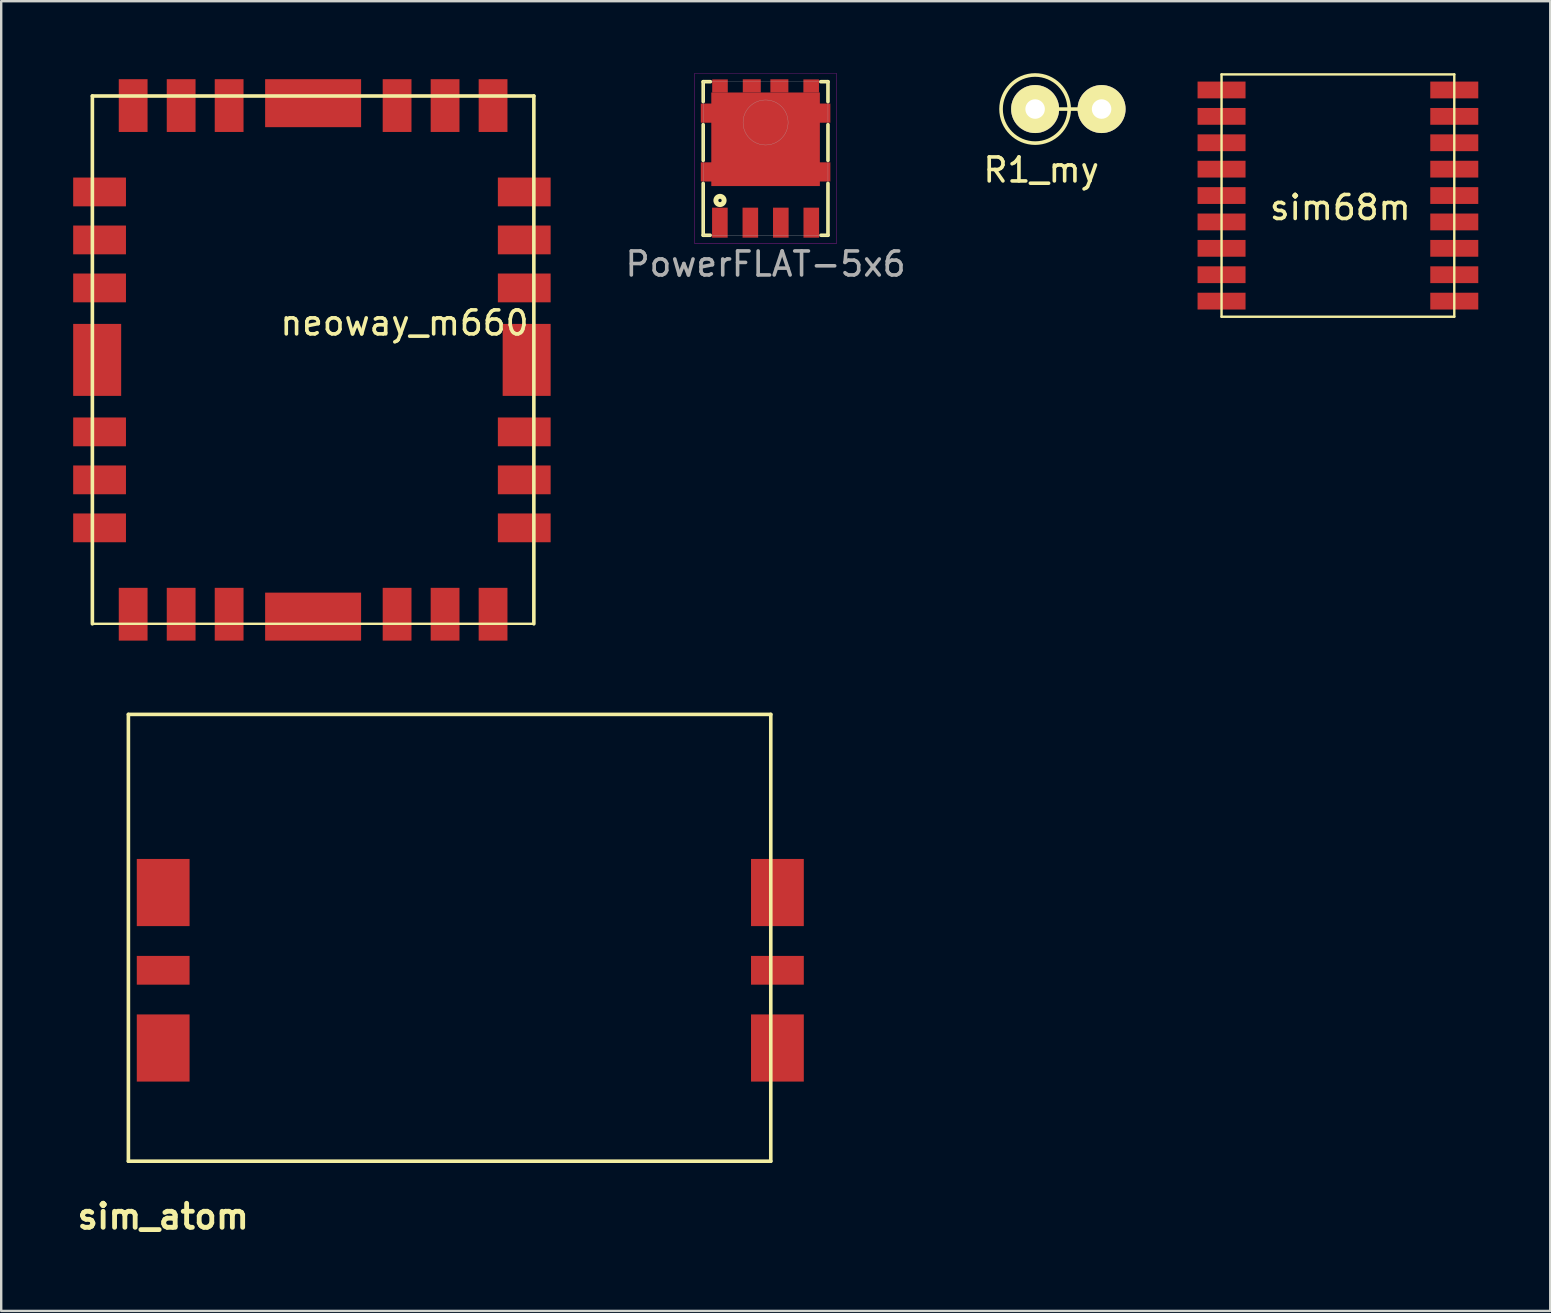
<source format=kicad_pcb>
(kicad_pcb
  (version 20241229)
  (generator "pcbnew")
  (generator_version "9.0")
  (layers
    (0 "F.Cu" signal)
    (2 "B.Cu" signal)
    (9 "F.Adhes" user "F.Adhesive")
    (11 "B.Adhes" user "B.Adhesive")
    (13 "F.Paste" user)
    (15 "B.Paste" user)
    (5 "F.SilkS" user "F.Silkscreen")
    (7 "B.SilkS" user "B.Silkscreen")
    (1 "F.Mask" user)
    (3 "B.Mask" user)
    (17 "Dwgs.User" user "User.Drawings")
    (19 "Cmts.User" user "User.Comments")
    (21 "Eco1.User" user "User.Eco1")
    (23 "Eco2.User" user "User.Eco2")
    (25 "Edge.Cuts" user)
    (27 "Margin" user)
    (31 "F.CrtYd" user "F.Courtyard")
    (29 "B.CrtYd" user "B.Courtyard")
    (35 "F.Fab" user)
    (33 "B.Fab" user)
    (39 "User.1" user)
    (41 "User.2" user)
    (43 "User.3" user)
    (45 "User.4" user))
  (footprint "PowerFLAT-5x6"
    (layer "F.Cu")
    (at 28.858 3.555)
    (property "Reference" "PowerFLAT-5x6" (at 0 4.4 0) (layer "F.Fab") (effects (font (size 1 1) (thickness 0.15))))
    (attr through_hole)
    (fp_line (start -2.6 -3.2) (end -2.6 -2.37) (stroke (width 0.15) (type solid)) (layer "F.SilkS"))
    (fp_line (start -2.6 -1.41) (end -2.6 0.08) (stroke (width 0.15) (type solid)) (layer "F.SilkS"))
    (fp_line (start -2.6 1.04) (end -2.6 3.2) (stroke (width 0.15) (type solid)) (layer "F.SilkS"))
    (fp_line (start -2.6 3.2) (end -2.31 3.2) (stroke (width 0.15) (type solid)) (layer "F.SilkS"))
    (fp_line (start -2.3 -3.2) (end -2.6 -3.2) (stroke (width 0.15) (type solid)) (layer "F.SilkS"))
    (fp_line (start 2.6 -3.2) (end 2.3 -3.2) (stroke (width 0.15) (type solid)) (layer "F.SilkS"))
    (fp_line (start 2.6 -2.37) (end 2.6 -3.2) (stroke (width 0.15) (type solid)) (layer "F.SilkS"))
    (fp_line (start 2.6 0.08) (end 2.6 -1.41) (stroke (width 0.15) (type solid)) (layer "F.SilkS"))
    (fp_line (start 2.6 1.04) (end 2.6 3.2) (stroke (width 0.15) (type solid)) (layer "F.SilkS"))
    (fp_line (start 2.6 3.2) (end 2.31 3.2) (stroke (width 0.15) (type solid)) (layer "F.SilkS"))
    (fp_circle (center -1.9 1.75) (end -1.85 1.8) (stroke (width 0.15) (type solid)) (fill no) (layer "F.SilkS"))
    (fp_circle (center -1.9 1.75) (end -1.7 1.75) (stroke (width 0.15) (type solid)) (fill no) (layer "F.SilkS"))
    (fp_line (start -2.95 -3.55) (end 1.9 -3.55) (stroke (width 0.01) (type solid)) (layer "F.CrtYd"))
    (fp_line (start -2.95 3.55) (end -2.95 -3.55) (stroke (width 0.01) (type solid)) (layer "F.CrtYd"))
    (fp_line (start 1.9 -3.55) (end 2.95 -3.55) (stroke (width 0.01) (type solid)) (layer "F.CrtYd"))
    (fp_line (start 2.95 -3.55) (end 2.95 3.55) (stroke (width 0.01) (type solid)) (layer "F.CrtYd"))
    (fp_line (start 2.95 3.55) (end -2.95 3.55) (stroke (width 0.01) (type solid)) (layer "F.CrtYd"))
    (fp_line (start -2.6 -3.2) (end 2.6 -3.2) (stroke (width 0.01) (type solid)) (layer "F.Fab"))
    (fp_line (start -2.6 3.2) (end -2.6 -3.2) (stroke (width 0.01) (type solid)) (layer "F.Fab"))
    (fp_line (start 2.6 -3.2) (end 2.6 3.2) (stroke (width 0.01) (type solid)) (layer "F.Fab"))
    (fp_line (start 2.6 3.2) (end -2.6 3.2) (stroke (width 0.01) (type solid)) (layer "F.Fab"))
    (fp_circle (center 0 -1.5) (end 0.7 -2.125) (stroke (width 0.01) (type solid)) (fill no) (layer "F.Fab"))
    (pad "1" smd rect (at 1.905 2.675) (size 0.65 1.25) (layers "F.Cu" "F.Mask" "F.Paste"))
    (pad "2" smd rect (at -2.462 -1.89) (size 0.475 0.8) (layers "F.Cu" "F.Mask" "F.Paste"))
    (pad "2" smd rect (at -2.462 0.56) (size 0.475 0.8) (layers "F.Cu" "F.Mask" "F.Paste"))
    (pad "2" smd rect (at -1.9 -3.02) (size 0.65 0.55) (layers "F.Cu" "F.Mask" "F.Paste"))
    (pad "2" smd rect (at -0.575 -3.025) (size 0.75 0.55) (layers "F.Cu" "F.Mask" "F.Paste"))
    (pad "2" smd rect (at 0 -0.8) (size 4.525 3.9) (layers "F.Cu" "F.Mask" "F.Paste"))
    (pad "2" smd rect (at 0.575 -3.025) (size 0.75 0.55) (layers "F.Cu" "F.Mask" "F.Paste"))
    (pad "2" smd rect (at 1.9 -3.02) (size 0.65 0.55) (layers "F.Cu" "F.Mask" "F.Paste"))
    (pad "2" smd rect (at 2.462 -1.89) (size 0.475 0.8) (layers "F.Cu" "F.Mask" "F.Paste"))
    (pad "2" smd rect (at 2.462 0.56) (size 0.475 0.8) (layers "F.Cu" "F.Mask" "F.Paste"))
    (pad "3" smd rect (at -1.905 2.675) (size 0.65 1.25) (layers "F.Cu" "F.Mask" "F.Paste"))
    (pad "3" smd rect (at -0.635 2.675) (size 0.65 1.25) (layers "F.Cu" "F.Mask" "F.Paste"))
    (pad "3" smd rect (at 0.635 2.675) (size 0.65 1.25) (layers "F.Cu" "F.Mask" "F.Paste")))
  (footprint "sim68m"
    (layer "F.Cu")
    (at 52.712 0.7)
    (property "Reference" "sim68m" (at 0.1 4.9 0) (layer "F.SilkS") (effects (font (size 1 1) (thickness 0.15))))
    (attr through_hole)
    (fp_line (start -4.85 -0.65) (end -4.85 9.45) (stroke (width 0.1) (type solid)) (layer "F.SilkS"))
    (fp_line (start -4.85 9.45) (end 4.85 9.45) (stroke (width 0.1) (type solid)) (layer "F.SilkS"))
    (fp_line (start 4.85 -0.65) (end -4.85 -0.65) (stroke (width 0.1) (type solid)) (layer "F.SilkS"))
    (fp_line (start 4.85 9.45) (end 4.85 -0.65) (stroke (width 0.1) (type solid)) (layer "F.SilkS"))
    (pad "1" smd rect (at -4.85 0) (size 2 0.7) (layers "F.Cu" "F.Mask" "F.Paste"))
    (pad "2" smd rect (at -4.85 1.1) (size 2 0.7) (layers "F.Cu" "F.Mask" "F.Paste"))
    (pad "3" smd rect (at -4.85 2.2) (size 2 0.7) (layers "F.Cu" "F.Mask" "F.Paste"))
    (pad "4" smd rect (at -4.85 3.3) (size 2 0.7) (layers "F.Cu" "F.Mask" "F.Paste"))
    (pad "5" smd rect (at -4.85 4.4) (size 2 0.7) (layers "F.Cu" "F.Mask" "F.Paste"))
    (pad "6" smd rect (at -4.85 5.5) (size 2 0.7) (layers "F.Cu" "F.Mask" "F.Paste"))
    (pad "7" smd rect (at -4.85 6.6) (size 2 0.7) (layers "F.Cu" "F.Mask" "F.Paste"))
    (pad "8" smd rect (at -4.85 7.7) (size 2 0.7) (layers "F.Cu" "F.Mask" "F.Paste"))
    (pad "9" smd rect (at -4.85 8.8) (size 2 0.7) (layers "F.Cu" "F.Mask" "F.Paste"))
    (pad "10" smd rect (at 4.85 8.8) (size 2 0.7) (layers "F.Cu" "F.Mask" "F.Paste"))
    (pad "11" smd rect (at 4.85 7.7) (size 2 0.7) (layers "F.Cu" "F.Mask" "F.Paste"))
    (pad "12" smd rect (at 4.85 6.6) (size 2 0.7) (layers "F.Cu" "F.Mask" "F.Paste"))
    (pad "13" smd rect (at 4.85 5.5) (size 2 0.7) (layers "F.Cu" "F.Mask" "F.Paste"))
    (pad "14" smd rect (at 4.85 4.4) (size 2 0.7) (layers "F.Cu" "F.Mask" "F.Paste"))
    (pad "15" smd rect (at 4.85 3.3) (size 2 0.7) (layers "F.Cu" "F.Mask" "F.Paste"))
    (pad "16" smd rect (at 4.85 2.2) (size 2 0.7) (layers "F.Cu" "F.Mask" "F.Paste"))
    (pad "17" smd rect (at 4.85 1.1) (size 2 0.7) (layers "F.Cu" "F.Mask" "F.Paste"))
    (pad "18" smd rect (at 4.85 0) (size 2 0.7) (layers "F.Cu" "F.Mask" "F.Paste")))
  (footprint "sim_atom"
    (layer "F.Cu")
    (at 3.751 34.149)
    (property "Reference" "sim_atom" (at 0 13.5 0) (layer "F.SilkS") (effects (font (size 1.001 1.001) (thickness 0.201))))
    (attr through_hole)
    (fp_line (start -1.45 -7.424) (end 25.324 -7.424) (stroke (width 0.15) (type solid)) (layer "F.SilkS"))
    (fp_line (start -1.45 11.199) (end -1.45 -7.424) (stroke (width 0.15) (type solid)) (layer "F.SilkS"))
    (fp_line (start -1.45 11.199) (end 25.324 11.199) (stroke (width 0.15) (type solid)) (layer "F.SilkS"))
    (fp_line (start 25.324 -7.424) (end 25.324 11.199) (stroke (width 0.15) (type solid)) (layer "F.SilkS"))
    (pad "1" smd rect (at 0 6.48) (size 2.2 2.799) (layers "F.Cu" "F.Mask" "F.Paste"))
    (pad "2" smd rect (at 0 3.241) (size 2.2 1.199) (layers "F.Cu" "F.Mask" "F.Paste"))
    (pad "3" smd rect (at 0 0) (size 2.2 2.799) (layers "F.Cu" "F.Mask" "F.Paste"))
    (pad "5" smd rect (at 25.6 6.48) (size 2.2 2.799) (layers "F.Cu" "F.Mask" "F.Paste"))
    (pad "6" smd rect (at 25.6 3.241) (size 2.2 1.199) (layers "F.Cu" "F.Mask" "F.Paste"))
    (pad "7" smd rect (at 25.6 0) (size 2.2 2.799) (layers "F.Cu" "F.Mask" "F.Paste")))
  (footprint "neoway_m660"
    (layer "F.Cu")
    (at 10 0.25)
    (property "Reference" "neoway_m660" (at 3.81 10.16 0) (layer "F.SilkS") (effects (font (size 1 1) (thickness 0.15))))
    (attr through_hole)
    (fp_line (start -9.2 0.7) (end -9.2 22.7) (stroke (width 0.15) (type solid)) (layer "F.SilkS"))
    (fp_line (start -9.2 0.7) (end 9.2 0.7) (stroke (width 0.15) (type solid)) (layer "F.SilkS"))
    (fp_line (start -9.2 22.7) (end 9.2 22.7) (stroke (width 0.1) (type solid)) (layer "F.SilkS"))
    (fp_line (start 9.2 0.7) (end 9.2 22.7) (stroke (width 0.15) (type solid)) (layer "F.SilkS"))
    (pad "1" smd rect (at -8.9 4.7) (size 2.2 1.2) (layers "F.Cu" "F.Mask" "F.Paste"))
    (pad "2" smd rect (at -8.9 6.7) (size 2.2 1.2) (layers "F.Cu" "F.Mask" "F.Paste"))
    (pad "3" smd rect (at -8.9 8.7) (size 2.2 1.2) (layers "F.Cu" "F.Mask" "F.Paste"))
    (pad "4" smd rect (at -9 11.7) (size 2 3) (layers "F.Cu" "F.Mask" "F.Paste"))
    (pad "5" smd rect (at -8.9 14.7) (size 2.2 1.2) (layers "F.Cu" "F.Mask" "F.Paste"))
    (pad "6" smd rect (at -8.9 16.7) (size 2.2 1.2) (layers "F.Cu" "F.Mask" "F.Paste"))
    (pad "7" smd rect (at -8.9 18.7) (size 2.2 1.2) (layers "F.Cu" "F.Mask" "F.Paste"))
    (pad "8" smd rect (at -7.5 22.3) (size 1.2 2.2) (layers "F.Cu" "F.Mask" "F.Paste"))
    (pad "9" smd rect (at -5.5 22.3) (size 1.2 2.2) (layers "F.Cu" "F.Mask" "F.Paste"))
    (pad "10" smd rect (at -3.5 22.3) (size 1.2 2.2) (layers "F.Cu" "F.Mask" "F.Paste"))
    (pad "11" smd rect (at 0 22.4) (size 4 2) (layers "F.Cu" "F.Mask" "F.Paste"))
    (pad "12" smd rect (at 3.5 22.3) (size 1.2 2.2) (layers "F.Cu" "F.Mask" "F.Paste"))
    (pad "13" smd rect (at 5.5 22.3) (size 1.2 2.2) (layers "F.Cu" "F.Mask" "F.Paste"))
    (pad "14" smd rect (at 7.5 22.3) (size 1.2 2.2) (layers "F.Cu" "F.Mask" "F.Paste"))
    (pad "15" smd rect (at 8.8 18.7) (size 2.2 1.2) (layers "F.Cu" "F.Mask" "F.Paste"))
    (pad "16" smd rect (at 8.8 16.7) (size 2.2 1.2) (layers "F.Cu" "F.Mask" "F.Paste"))
    (pad "17" smd rect (at 8.8 14.7) (size 2.2 1.2) (layers "F.Cu" "F.Mask" "F.Paste"))
    (pad "18" smd rect (at 8.9 11.7) (size 2 3) (layers "F.Cu" "F.Mask" "F.Paste"))
    (pad "19" smd rect (at 8.8 8.7) (size 2.2 1.2) (layers "F.Cu" "F.Mask" "F.Paste"))
    (pad "20" smd rect (at 8.8 6.7) (size 2.2 1.2) (layers "F.Cu" "F.Mask" "F.Paste"))
    (pad "21" smd rect (at 8.8 4.7) (size 2.2 1.2) (layers "F.Cu" "F.Mask" "F.Paste"))
    (pad "22" smd rect (at 7.5 1.1) (size 1.2 2.2) (layers "F.Cu" "F.Mask" "F.Paste"))
    (pad "23" smd rect (at 5.5 1.1) (size 1.2 2.2) (layers "F.Cu" "F.Mask" "F.Paste"))
    (pad "24" smd rect (at 3.5 1.1) (size 1.2 2.2) (layers "F.Cu" "F.Mask" "F.Paste"))
    (pad "25" smd rect (at 0 1) (size 4 2) (layers "F.Cu" "F.Mask" "F.Paste"))
    (pad "26" smd rect (at -3.5 1.1) (size 1.2 2.2) (layers "F.Cu" "F.Mask" "F.Paste"))
    (pad "27" smd rect (at -5.5 1.1) (size 1.2 2.2) (layers "F.Cu" "F.Mask" "F.Paste"))
    (pad "28" smd rect (at -7.5 1.1) (size 1.2 2.2) (layers "F.Cu" "F.Mask" "F.Paste")))
  (footprint "R1_my"
    (layer "F.Cu")
    (at 41.362 1.495)
    (property "Reference" "R1_my" (at -1.016 2.54 0) (layer "F.SilkS") (effects (font (size 1 1) (thickness 0.15))))
    (attr through_hole)
    (fp_line (start -1.27 0) (end 1.27 0) (stroke (width 0.15) (type solid)) (layer "F.SilkS"))
    (fp_circle (center -1.27 0) (end -0.635 1.27) (stroke (width 0.15) (type solid)) (fill no) (layer "F.SilkS"))
    (pad "1" thru_hole circle (at -1.27 0) (size 2 2) (drill 0.813) (layers "*.Cu" "*.Mask" "F.SilkS"))
    (pad "2" thru_hole circle (at 1.5 0) (size 2 2) (drill 0.813) (layers "*.Cu" "*.Mask" "F.SilkS")))
  (gr_rect
    (start -3 -3)
    (end 61.562 51.587)
    (stroke (width 0.1) (type default))
    (fill no)
    (layer "Edge.Cuts")))
</source>
